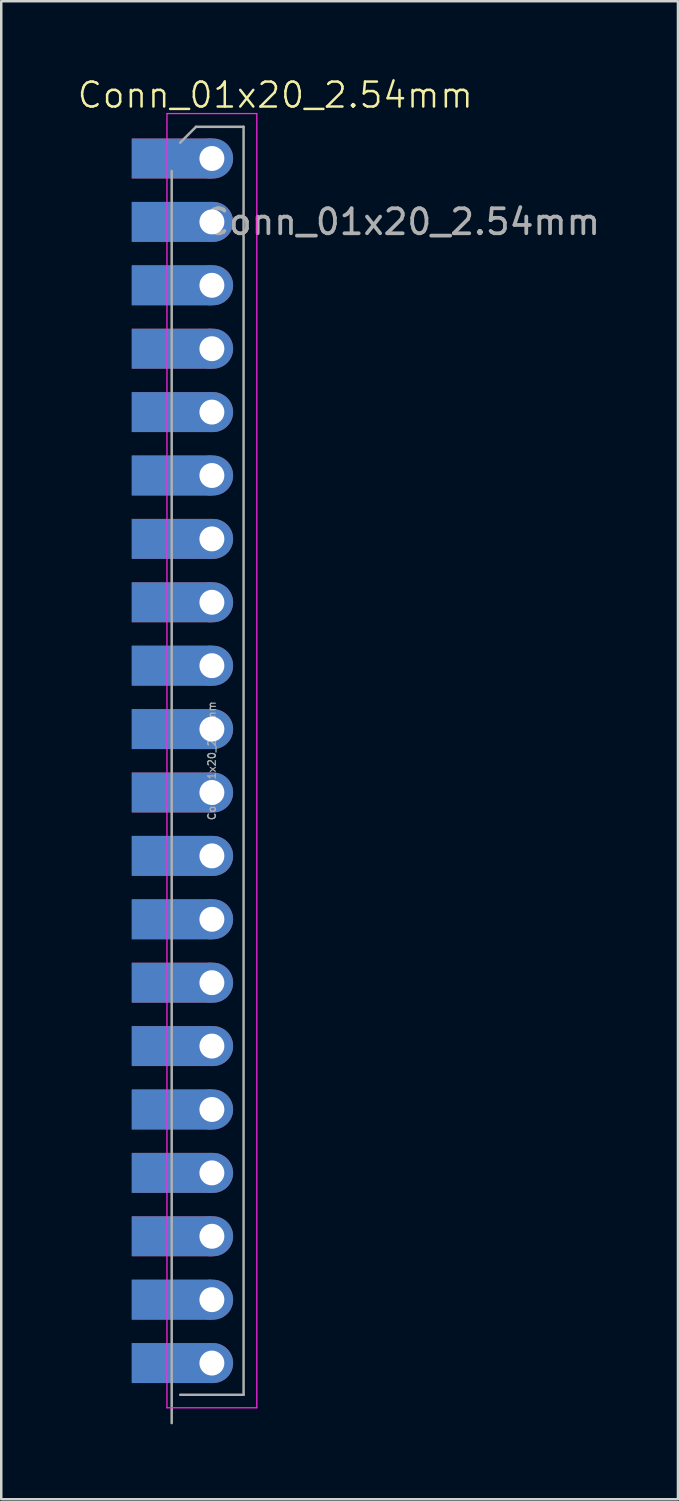
<source format=kicad_pcb>
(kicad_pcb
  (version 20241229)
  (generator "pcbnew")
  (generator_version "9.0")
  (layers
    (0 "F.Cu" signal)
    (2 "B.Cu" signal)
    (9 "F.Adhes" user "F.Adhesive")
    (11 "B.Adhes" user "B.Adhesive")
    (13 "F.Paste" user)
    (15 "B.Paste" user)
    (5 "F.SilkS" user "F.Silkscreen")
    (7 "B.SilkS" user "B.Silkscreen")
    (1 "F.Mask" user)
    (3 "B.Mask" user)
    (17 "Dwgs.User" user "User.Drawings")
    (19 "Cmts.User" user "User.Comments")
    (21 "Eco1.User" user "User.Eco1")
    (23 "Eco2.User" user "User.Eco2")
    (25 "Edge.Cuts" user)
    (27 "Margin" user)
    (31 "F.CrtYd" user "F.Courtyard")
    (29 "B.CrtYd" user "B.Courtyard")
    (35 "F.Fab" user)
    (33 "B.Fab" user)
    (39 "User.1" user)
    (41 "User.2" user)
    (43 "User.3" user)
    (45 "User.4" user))
  (footprint "Conn_01x20_2.54mm"
    (layer "F.Cu")
    (at 5.439 26.16)
    (property "Reference" "Conn_01x20_2.54mm" (at 2.54 -25.4 0) (unlocked yes) (layer "F.SilkS") (effects (font (size 1 1) (thickness 0.1))))
    (fp_line (start -1.8 -24.66) (end -1.8 27.19) (stroke (width 0.05) (type solid)) (layer "F.CrtYd"))
    (fp_line (start -1.8 27.19) (end 1.8 27.19) (stroke (width 0.05) (type solid)) (layer "F.CrtYd"))
    (fp_line (start 1.8 -24.66) (end -1.8 -24.66) (stroke (width 0.05) (type solid)) (layer "F.CrtYd"))
    (fp_line (start 1.8 27.19) (end 1.8 -24.66) (stroke (width 0.05) (type solid)) (layer "F.CrtYd"))
    (fp_line (start -1.61 27.805) (end -1.61 -22.36) (stroke (width 0.1) (type solid)) (layer "F.Fab"))
    (fp_line (start -1.27 -23.495) (end -0.635 -24.13) (stroke (width 0.1) (type solid)) (layer "F.Fab"))
    (fp_line (start -0.635 -24.13) (end 1.27 -24.13) (stroke (width 0.1) (type solid)) (layer "F.Fab"))
    (fp_line (start 1.27 -24.13) (end 1.27 26.67) (stroke (width 0.1) (type solid)) (layer "F.Fab"))
    (fp_line (start 1.27 26.67) (end -1.27 26.67) (stroke (width 0.1) (type solid)) (layer "F.Fab"))
    (fp_text user "${REFERENCE}" (at 0 1.27 90) (layer "F.Fab") (effects (font (size 0.3 0.3) (thickness 0.05))))
    (fp_text user "${REFERENCE}" (at 7.62 -20.32 0) (unlocked yes) (layer "F.Fab") (effects (font (size 1 1) (thickness 0.15))))
    (pad "1" smd rect (at -1.61 -22.86) (size 3.2 1.6) (layers "*.Mask" "F.Cu"))
    (pad "1" smd rect (at -1.61 -22.86) (size 3.2 1.6) (layers "*.Mask" "B.Cu"))
    (pad "1" thru_hole oval (at 0 -22.86) (size 1.7 1.6) (drill 1) (layers "*.Cu" "*.Mask"))
    (pad "2" smd rect (at -1.61 -20.32) (size 3.2 1.6) (layers "*.Mask" "F.Cu"))
    (pad "2" smd rect (at -1.61 -20.32) (size 3.2 1.6) (layers "*.Mask" "B.Cu"))
    (pad "2" thru_hole oval (at 0 -20.32) (size 1.7 1.6) (drill 1) (layers "*.Cu" "*.Mask"))
    (pad "3" smd rect (at -1.61 -17.78) (size 3.2 1.6) (layers "*.Mask" "F.Cu"))
    (pad "3" smd rect (at -1.61 -17.78) (size 3.2 1.6) (layers "*.Mask" "B.Cu"))
    (pad "3" thru_hole oval (at 0 -17.78) (size 1.7 1.6) (drill 1) (layers "*.Cu" "*.Mask"))
    (pad "4" smd rect (at -1.61 -15.24) (size 3.2 1.6) (layers "*.Mask" "F.Cu"))
    (pad "4" smd rect (at -1.61 -15.24) (size 3.2 1.6) (layers "*.Mask" "B.Cu"))
    (pad "4" thru_hole oval (at 0 -15.24) (size 1.7 1.6) (drill 1) (layers "*.Cu" "*.Mask"))
    (pad "5" smd rect (at -1.61 -12.7) (size 3.2 1.6) (layers "*.Mask" "F.Cu"))
    (pad "5" smd rect (at -1.61 -12.7) (size 3.2 1.6) (layers "*.Mask" "B.Cu"))
    (pad "5" thru_hole oval (at 0 -12.7) (size 1.7 1.6) (drill 1) (layers "*.Cu" "*.Mask"))
    (pad "6" smd rect (at -1.61 -10.16) (size 3.2 1.6) (layers "*.Mask" "F.Cu"))
    (pad "6" smd rect (at -1.61 -10.16) (size 3.2 1.6) (layers "*.Mask" "B.Cu"))
    (pad "6" thru_hole oval (at 0 -10.16) (size 1.7 1.6) (drill 1) (layers "*.Cu" "*.Mask"))
    (pad "7" smd rect (at -1.61 -7.62) (size 3.2 1.6) (layers "*.Mask" "F.Cu"))
    (pad "7" smd rect (at -1.61 -7.62) (size 3.2 1.6) (layers "*.Mask" "B.Cu"))
    (pad "7" thru_hole oval (at 0 -7.62) (size 1.7 1.6) (drill 1) (layers "*.Cu" "*.Mask"))
    (pad "8" smd rect (at -1.61 -5.08) (size 3.2 1.6) (layers "*.Mask" "F.Cu"))
    (pad "8" smd rect (at -1.61 -5.08) (size 3.2 1.6) (layers "*.Mask" "B.Cu"))
    (pad "8" thru_hole oval (at 0 -5.08) (size 1.7 1.6) (drill 1) (layers "*.Cu" "*.Mask"))
    (pad "9" smd rect (at -1.61 -2.54) (size 3.2 1.6) (layers "*.Mask" "F.Cu"))
    (pad "9" smd rect (at -1.61 -2.54) (size 3.2 1.6) (layers "*.Mask" "B.Cu"))
    (pad "9" thru_hole oval (at 0 -2.54) (size 1.7 1.6) (drill 1) (layers "*.Cu" "*.Mask"))
    (pad "10" smd rect (at -1.61 0) (size 3.2 1.6) (layers "*.Mask" "F.Cu"))
    (pad "10" smd rect (at -1.61 0) (size 3.2 1.6) (layers "*.Mask" "B.Cu"))
    (pad "10" thru_hole oval (at 0 0) (size 1.7 1.6) (drill 1) (layers "*.Cu" "*.Mask"))
    (pad "11" smd rect (at -1.61 2.54) (size 3.2 1.6) (layers "*.Mask" "F.Cu"))
    (pad "11" smd rect (at -1.61 2.54) (size 3.2 1.6) (layers "*.Mask" "B.Cu"))
    (pad "11" thru_hole oval (at 0 2.54) (size 1.7 1.6) (drill 1) (layers "*.Cu" "*.Mask"))
    (pad "12" smd rect (at -1.61 5.08) (size 3.2 1.6) (layers "*.Mask" "F.Cu"))
    (pad "12" smd rect (at -1.61 5.08) (size 3.2 1.6) (layers "*.Mask" "B.Cu"))
    (pad "12" thru_hole oval (at 0 5.08) (size 1.7 1.6) (drill 1) (layers "*.Cu" "*.Mask"))
    (pad "13" smd rect (at -1.61 7.62) (size 3.2 1.6) (layers "*.Mask" "F.Cu"))
    (pad "13" smd rect (at -1.61 7.62) (size 3.2 1.6) (layers "*.Mask" "B.Cu"))
    (pad "13" thru_hole oval (at 0 7.62) (size 1.7 1.6) (drill 1) (layers "*.Cu" "*.Mask"))
    (pad "14" smd rect (at -1.61 10.16) (size 3.2 1.6) (layers "*.Mask" "F.Cu"))
    (pad "14" smd rect (at -1.61 10.16) (size 3.2 1.6) (layers "*.Mask" "B.Cu"))
    (pad "14" thru_hole oval (at 0 10.16) (size 1.7 1.6) (drill 1) (layers "*.Cu" "*.Mask"))
    (pad "15" smd rect (at -1.61 12.7) (size 3.2 1.6) (layers "*.Mask" "F.Cu"))
    (pad "15" smd rect (at -1.61 12.7) (size 3.2 1.6) (layers "*.Mask" "B.Cu"))
    (pad "15" thru_hole oval (at 0 12.7) (size 1.7 1.6) (drill 1) (layers "*.Cu" "*.Mask"))
    (pad "16" smd rect (at -1.61 15.24) (size 3.2 1.6) (layers "*.Mask" "F.Cu"))
    (pad "16" smd rect (at -1.61 15.24) (size 3.2 1.6) (layers "*.Mask" "B.Cu"))
    (pad "16" thru_hole oval (at 0 15.24) (size 1.7 1.6) (drill 1) (layers "*.Cu" "*.Mask"))
    (pad "17" smd rect (at -1.61 17.78) (size 3.2 1.6) (layers "*.Mask" "F.Cu"))
    (pad "17" smd rect (at -1.61 17.78) (size 3.2 1.6) (layers "*.Mask" "B.Cu"))
    (pad "17" thru_hole oval (at 0 17.78) (size 1.7 1.6) (drill 1) (layers "*.Cu" "*.Mask"))
    (pad "18" smd rect (at -1.61 20.32) (size 3.2 1.6) (layers "*.Mask" "F.Cu"))
    (pad "18" smd rect (at -1.61 20.32) (size 3.2 1.6) (layers "*.Mask" "B.Cu"))
    (pad "18" thru_hole oval (at 0 20.32) (size 1.7 1.6) (drill 1) (layers "*.Cu" "*.Mask"))
    (pad "19" smd rect (at -1.61 22.86) (size 3.2 1.6) (layers "*.Mask" "F.Cu"))
    (pad "19" smd rect (at -1.61 22.86) (size 3.2 1.6) (layers "*.Mask" "B.Cu"))
    (pad "19" thru_hole oval (at 0 22.86) (size 1.7 1.6) (drill 1) (layers "*.Cu" "*.Mask"))
    (pad "20" smd rect (at -1.61 25.4) (size 3.2 1.6) (layers "*.Mask" "F.Cu"))
    (pad "20" smd rect (at -1.61 25.4) (size 3.2 1.6) (layers "*.Mask" "B.Cu"))
    (pad "20" thru_hole oval (at 0 25.4) (size 1.7 1.6) (drill 1) (layers "*.Cu" "*.Mask")))
  (gr_rect
    (start -3 -3)
    (end 24.112 57.016)
    (stroke (width 0.1) (type default))
    (fill no)
    (layer "Edge.Cuts")))
</source>
